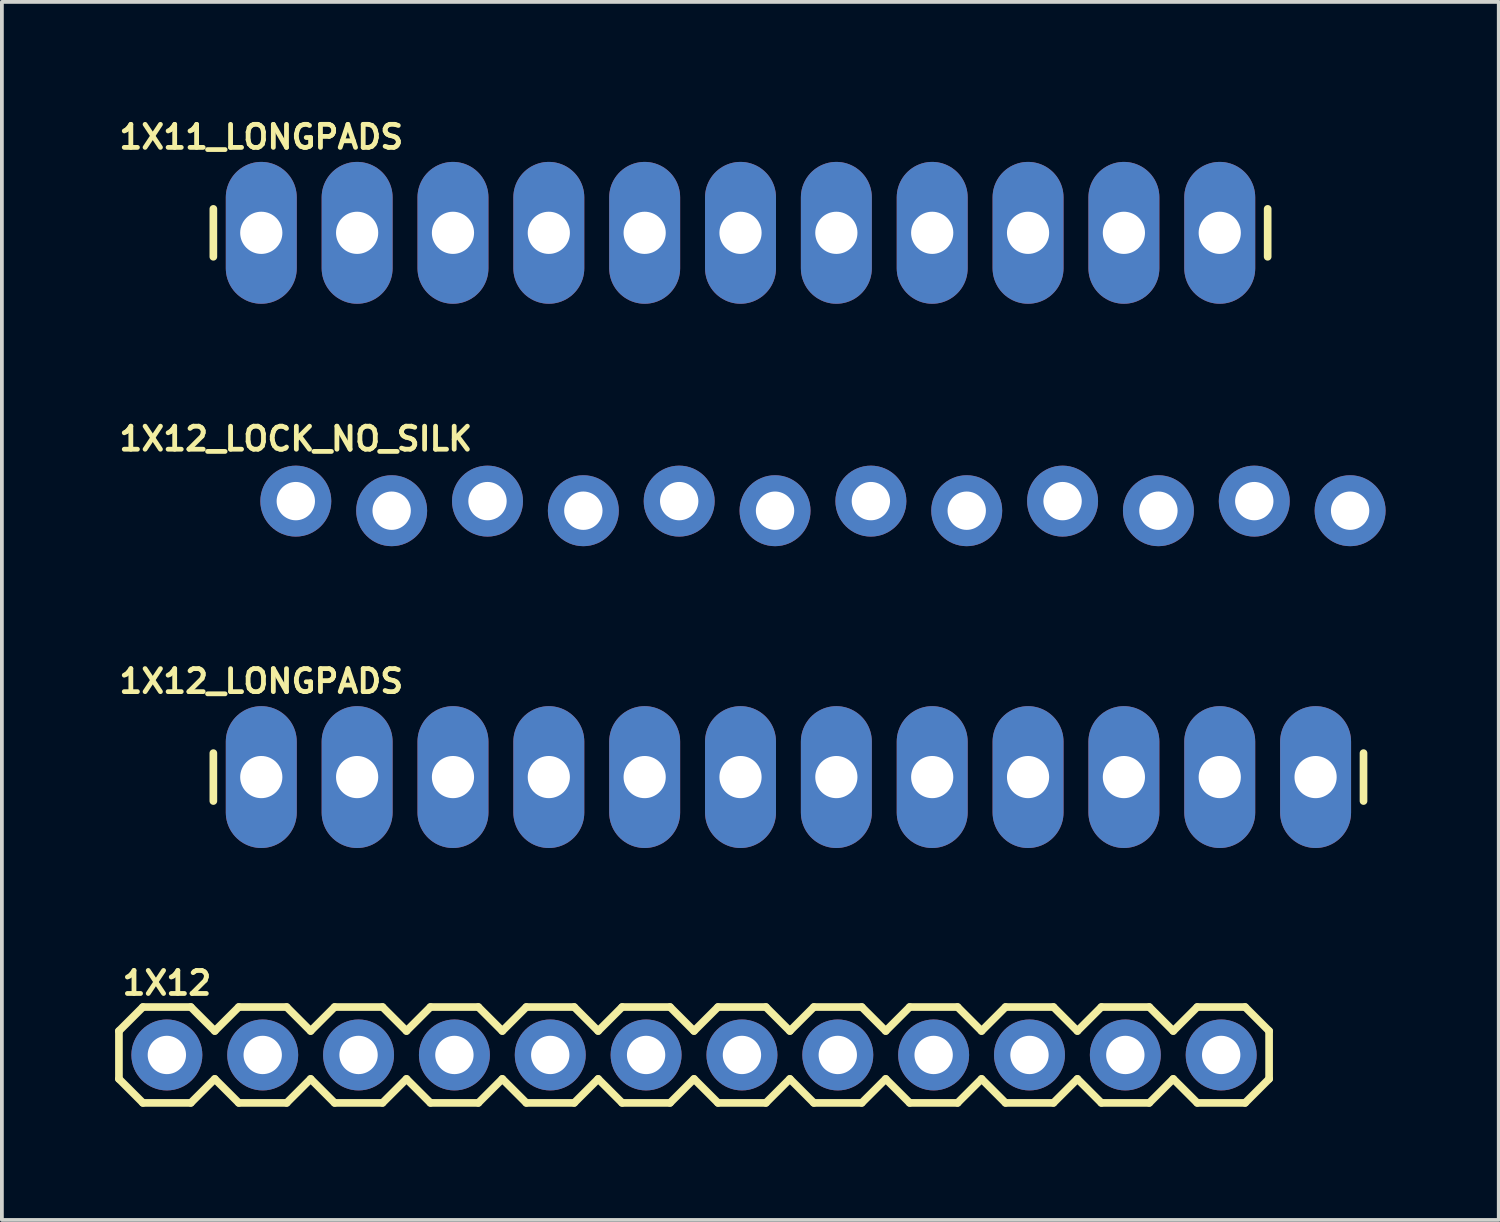
<source format=kicad_pcb>
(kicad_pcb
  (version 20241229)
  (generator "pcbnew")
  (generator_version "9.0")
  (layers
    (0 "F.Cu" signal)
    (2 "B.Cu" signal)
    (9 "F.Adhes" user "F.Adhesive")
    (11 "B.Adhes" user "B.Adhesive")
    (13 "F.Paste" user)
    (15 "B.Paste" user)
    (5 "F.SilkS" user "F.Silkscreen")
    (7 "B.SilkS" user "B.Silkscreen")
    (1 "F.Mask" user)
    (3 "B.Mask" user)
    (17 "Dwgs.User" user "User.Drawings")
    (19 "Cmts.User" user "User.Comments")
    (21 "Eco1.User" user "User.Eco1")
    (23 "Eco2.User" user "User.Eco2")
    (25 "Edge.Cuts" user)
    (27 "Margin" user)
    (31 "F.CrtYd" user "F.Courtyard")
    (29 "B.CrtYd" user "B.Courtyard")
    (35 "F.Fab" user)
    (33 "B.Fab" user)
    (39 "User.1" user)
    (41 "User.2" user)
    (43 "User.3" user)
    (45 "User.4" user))
  (footprint "1X12"
    (layer "F.Cu")
    (at 1.372 24.907)
    (property "Reference" "1X12" (at 0 -1.905 0) (layer "F.SilkS") (effects (font (size 0.61 0.61) (thickness 0.127))))
    (attr exclude_from_pos_files exclude_from_bom)
    (fp_line (start -1.27 -0.635) (end -1.27 0.635) (stroke (width 0.203) (type solid)) (layer "F.SilkS"))
    (fp_line (start -1.27 0.635) (end -0.635 1.27) (stroke (width 0.203) (type solid)) (layer "F.SilkS"))
    (fp_line (start -0.635 -1.27) (end -1.27 -0.635) (stroke (width 0.203) (type solid)) (layer "F.SilkS"))
    (fp_line (start -0.635 -1.27) (end 0.635 -1.27) (stroke (width 0.203) (type solid)) (layer "F.SilkS"))
    (fp_line (start 0.635 -1.27) (end 1.27 -0.635) (stroke (width 0.203) (type solid)) (layer "F.SilkS"))
    (fp_line (start 0.635 1.27) (end -0.635 1.27) (stroke (width 0.203) (type solid)) (layer "F.SilkS"))
    (fp_line (start 1.27 -0.635) (end 1.905 -1.27) (stroke (width 0.203) (type solid)) (layer "F.SilkS"))
    (fp_line (start 1.27 0.635) (end 0.635 1.27) (stroke (width 0.203) (type solid)) (layer "F.SilkS"))
    (fp_line (start 1.905 -1.27) (end 3.175 -1.27) (stroke (width 0.203) (type solid)) (layer "F.SilkS"))
    (fp_line (start 1.905 1.27) (end 1.27 0.635) (stroke (width 0.203) (type solid)) (layer "F.SilkS"))
    (fp_line (start 3.175 -1.27) (end 3.81 -0.635) (stroke (width 0.203) (type solid)) (layer "F.SilkS"))
    (fp_line (start 3.175 1.27) (end 1.905 1.27) (stroke (width 0.203) (type solid)) (layer "F.SilkS"))
    (fp_line (start 3.81 -0.635) (end 4.445 -1.27) (stroke (width 0.203) (type solid)) (layer "F.SilkS"))
    (fp_line (start 3.81 0.635) (end 3.175 1.27) (stroke (width 0.203) (type solid)) (layer "F.SilkS"))
    (fp_line (start 4.445 -1.27) (end 5.715 -1.27) (stroke (width 0.203) (type solid)) (layer "F.SilkS"))
    (fp_line (start 4.445 1.27) (end 3.81 0.635) (stroke (width 0.203) (type solid)) (layer "F.SilkS"))
    (fp_line (start 5.715 -1.27) (end 6.35 -0.635) (stroke (width 0.203) (type solid)) (layer "F.SilkS"))
    (fp_line (start 5.715 1.27) (end 4.445 1.27) (stroke (width 0.203) (type solid)) (layer "F.SilkS"))
    (fp_line (start 6.35 0.635) (end 5.715 1.27) (stroke (width 0.203) (type solid)) (layer "F.SilkS"))
    (fp_line (start 6.35 0.635) (end 6.985 1.27) (stroke (width 0.203) (type solid)) (layer "F.SilkS"))
    (fp_line (start 6.985 -1.27) (end 6.35 -0.635) (stroke (width 0.203) (type solid)) (layer "F.SilkS"))
    (fp_line (start 6.985 -1.27) (end 8.255 -1.27) (stroke (width 0.203) (type solid)) (layer "F.SilkS"))
    (fp_line (start 8.255 -1.27) (end 8.89 -0.635) (stroke (width 0.203) (type solid)) (layer "F.SilkS"))
    (fp_line (start 8.255 1.27) (end 6.985 1.27) (stroke (width 0.203) (type solid)) (layer "F.SilkS"))
    (fp_line (start 8.89 -0.635) (end 9.525 -1.27) (stroke (width 0.203) (type solid)) (layer "F.SilkS"))
    (fp_line (start 8.89 0.635) (end 8.255 1.27) (stroke (width 0.203) (type solid)) (layer "F.SilkS"))
    (fp_line (start 9.525 -1.27) (end 10.795 -1.27) (stroke (width 0.203) (type solid)) (layer "F.SilkS"))
    (fp_line (start 9.525 1.27) (end 8.89 0.635) (stroke (width 0.203) (type solid)) (layer "F.SilkS"))
    (fp_line (start 10.795 -1.27) (end 11.43 -0.635) (stroke (width 0.203) (type solid)) (layer "F.SilkS"))
    (fp_line (start 10.795 1.27) (end 9.525 1.27) (stroke (width 0.203) (type solid)) (layer "F.SilkS"))
    (fp_line (start 11.43 -0.635) (end 12.065 -1.27) (stroke (width 0.203) (type solid)) (layer "F.SilkS"))
    (fp_line (start 11.43 0.635) (end 10.795 1.27) (stroke (width 0.203) (type solid)) (layer "F.SilkS"))
    (fp_line (start 12.065 -1.27) (end 13.335 -1.27) (stroke (width 0.203) (type solid)) (layer "F.SilkS"))
    (fp_line (start 12.065 1.27) (end 11.43 0.635) (stroke (width 0.203) (type solid)) (layer "F.SilkS"))
    (fp_line (start 13.335 -1.27) (end 13.97 -0.635) (stroke (width 0.203) (type solid)) (layer "F.SilkS"))
    (fp_line (start 13.335 1.27) (end 12.065 1.27) (stroke (width 0.203) (type solid)) (layer "F.SilkS"))
    (fp_line (start 13.97 0.635) (end 13.335 1.27) (stroke (width 0.203) (type solid)) (layer "F.SilkS"))
    (fp_line (start 13.97 0.635) (end 14.605 1.27) (stroke (width 0.203) (type solid)) (layer "F.SilkS"))
    (fp_line (start 14.605 -1.27) (end 13.97 -0.635) (stroke (width 0.203) (type solid)) (layer "F.SilkS"))
    (fp_line (start 14.605 -1.27) (end 15.875 -1.27) (stroke (width 0.203) (type solid)) (layer "F.SilkS"))
    (fp_line (start 15.875 -1.27) (end 16.51 -0.635) (stroke (width 0.203) (type solid)) (layer "F.SilkS"))
    (fp_line (start 15.875 1.27) (end 14.605 1.27) (stroke (width 0.203) (type solid)) (layer "F.SilkS"))
    (fp_line (start 16.51 0.635) (end 15.875 1.27) (stroke (width 0.203) (type solid)) (layer "F.SilkS"))
    (fp_line (start 16.51 0.635) (end 17.145 1.27) (stroke (width 0.203) (type solid)) (layer "F.SilkS"))
    (fp_line (start 17.145 -1.27) (end 16.51 -0.635) (stroke (width 0.203) (type solid)) (layer "F.SilkS"))
    (fp_line (start 17.145 -1.27) (end 18.415 -1.27) (stroke (width 0.203) (type solid)) (layer "F.SilkS"))
    (fp_line (start 18.415 -1.27) (end 19.05 -0.635) (stroke (width 0.203) (type solid)) (layer "F.SilkS"))
    (fp_line (start 18.415 1.27) (end 17.145 1.27) (stroke (width 0.203) (type solid)) (layer "F.SilkS"))
    (fp_line (start 19.05 0.635) (end 18.415 1.27) (stroke (width 0.203) (type solid)) (layer "F.SilkS"))
    (fp_line (start 19.05 0.635) (end 19.685 1.27) (stroke (width 0.203) (type solid)) (layer "F.SilkS"))
    (fp_line (start 19.685 -1.27) (end 19.05 -0.635) (stroke (width 0.203) (type solid)) (layer "F.SilkS"))
    (fp_line (start 19.685 -1.27) (end 20.955 -1.27) (stroke (width 0.203) (type solid)) (layer "F.SilkS"))
    (fp_line (start 20.955 -1.27) (end 21.59 -0.635) (stroke (width 0.203) (type solid)) (layer "F.SilkS"))
    (fp_line (start 20.955 1.27) (end 19.685 1.27) (stroke (width 0.203) (type solid)) (layer "F.SilkS"))
    (fp_line (start 21.59 0.635) (end 20.955 1.27) (stroke (width 0.203) (type solid)) (layer "F.SilkS"))
    (fp_line (start 21.59 0.635) (end 22.225 1.27) (stroke (width 0.203) (type solid)) (layer "F.SilkS"))
    (fp_line (start 22.225 -1.27) (end 21.59 -0.635) (stroke (width 0.203) (type solid)) (layer "F.SilkS"))
    (fp_line (start 22.225 -1.27) (end 23.495 -1.27) (stroke (width 0.203) (type solid)) (layer "F.SilkS"))
    (fp_line (start 23.495 -1.27) (end 24.13 -0.635) (stroke (width 0.203) (type solid)) (layer "F.SilkS"))
    (fp_line (start 23.495 1.27) (end 22.225 1.27) (stroke (width 0.203) (type solid)) (layer "F.SilkS"))
    (fp_line (start 24.13 0.635) (end 23.495 1.27) (stroke (width 0.203) (type solid)) (layer "F.SilkS"))
    (fp_line (start 24.13 0.635) (end 24.765 1.27) (stroke (width 0.203) (type solid)) (layer "F.SilkS"))
    (fp_line (start 24.765 -1.27) (end 24.13 -0.635) (stroke (width 0.203) (type solid)) (layer "F.SilkS"))
    (fp_line (start 24.765 -1.27) (end 26.035 -1.27) (stroke (width 0.203) (type solid)) (layer "F.SilkS"))
    (fp_line (start 26.035 -1.27) (end 26.67 -0.635) (stroke (width 0.203) (type solid)) (layer "F.SilkS"))
    (fp_line (start 26.035 1.27) (end 24.765 1.27) (stroke (width 0.203) (type solid)) (layer "F.SilkS"))
    (fp_line (start 26.67 0.635) (end 26.035 1.27) (stroke (width 0.203) (type solid)) (layer "F.SilkS"))
    (fp_line (start 26.67 0.635) (end 27.305 1.27) (stroke (width 0.203) (type solid)) (layer "F.SilkS"))
    (fp_line (start 27.305 -1.27) (end 26.67 -0.635) (stroke (width 0.203) (type solid)) (layer "F.SilkS"))
    (fp_line (start 27.305 -1.27) (end 28.575 -1.27) (stroke (width 0.203) (type solid)) (layer "F.SilkS"))
    (fp_line (start 28.575 -1.27) (end 29.21 -0.635) (stroke (width 0.203) (type solid)) (layer "F.SilkS"))
    (fp_line (start 28.575 1.27) (end 27.305 1.27) (stroke (width 0.203) (type solid)) (layer "F.SilkS"))
    (fp_line (start 29.21 -0.635) (end 29.21 0.635) (stroke (width 0.203) (type solid)) (layer "F.SilkS"))
    (fp_line (start 29.21 0.635) (end 28.575 1.27) (stroke (width 0.203) (type solid)) (layer "F.SilkS"))
    (fp_line (start -0.254 -0.254) (end 0.254 -0.254) (stroke (width 0.066) (type solid)) (layer "Dwgs.User"))
    (fp_line (start -0.254 0.254) (end -0.254 -0.254) (stroke (width 0.066) (type solid)) (layer "Dwgs.User"))
    (fp_line (start -0.254 0.254) (end 0.254 0.254) (stroke (width 0.066) (type solid)) (layer "Dwgs.User"))
    (fp_line (start 0.254 0.254) (end 0.254 -0.254) (stroke (width 0.066) (type solid)) (layer "Dwgs.User"))
    (fp_line (start 2.286 -0.254) (end 2.794 -0.254) (stroke (width 0.066) (type solid)) (layer "Dwgs.User"))
    (fp_line (start 2.286 0.254) (end 2.286 -0.254) (stroke (width 0.066) (type solid)) (layer "Dwgs.User"))
    (fp_line (start 2.286 0.254) (end 2.794 0.254) (stroke (width 0.066) (type solid)) (layer "Dwgs.User"))
    (fp_line (start 2.794 0.254) (end 2.794 -0.254) (stroke (width 0.066) (type solid)) (layer "Dwgs.User"))
    (fp_line (start 4.826 -0.254) (end 5.334 -0.254) (stroke (width 0.066) (type solid)) (layer "Dwgs.User"))
    (fp_line (start 4.826 0.254) (end 4.826 -0.254) (stroke (width 0.066) (type solid)) (layer "Dwgs.User"))
    (fp_line (start 4.826 0.254) (end 5.334 0.254) (stroke (width 0.066) (type solid)) (layer "Dwgs.User"))
    (fp_line (start 5.334 0.254) (end 5.334 -0.254) (stroke (width 0.066) (type solid)) (layer "Dwgs.User"))
    (fp_line (start 7.366 -0.254) (end 7.874 -0.254) (stroke (width 0.066) (type solid)) (layer "Dwgs.User"))
    (fp_line (start 7.366 0.254) (end 7.366 -0.254) (stroke (width 0.066) (type solid)) (layer "Dwgs.User"))
    (fp_line (start 7.366 0.254) (end 7.874 0.254) (stroke (width 0.066) (type solid)) (layer "Dwgs.User"))
    (fp_line (start 7.874 0.254) (end 7.874 -0.254) (stroke (width 0.066) (type solid)) (layer "Dwgs.User"))
    (fp_line (start 9.906 -0.254) (end 10.414 -0.254) (stroke (width 0.066) (type solid)) (layer "Dwgs.User"))
    (fp_line (start 9.906 0.254) (end 9.906 -0.254) (stroke (width 0.066) (type solid)) (layer "Dwgs.User"))
    (fp_line (start 9.906 0.254) (end 10.414 0.254) (stroke (width 0.066) (type solid)) (layer "Dwgs.User"))
    (fp_line (start 10.414 0.254) (end 10.414 -0.254) (stroke (width 0.066) (type solid)) (layer "Dwgs.User"))
    (fp_line (start 12.446 -0.254) (end 12.954 -0.254) (stroke (width 0.066) (type solid)) (layer "Dwgs.User"))
    (fp_line (start 12.446 0.254) (end 12.446 -0.254) (stroke (width 0.066) (type solid)) (layer "Dwgs.User"))
    (fp_line (start 12.446 0.254) (end 12.954 0.254) (stroke (width 0.066) (type solid)) (layer "Dwgs.User"))
    (fp_line (start 12.954 0.254) (end 12.954 -0.254) (stroke (width 0.066) (type solid)) (layer "Dwgs.User"))
    (fp_line (start 14.986 -0.254) (end 15.494 -0.254) (stroke (width 0.066) (type solid)) (layer "Dwgs.User"))
    (fp_line (start 14.986 0.254) (end 14.986 -0.254) (stroke (width 0.066) (type solid)) (layer "Dwgs.User"))
    (fp_line (start 14.986 0.254) (end 15.494 0.254) (stroke (width 0.066) (type solid)) (layer "Dwgs.User"))
    (fp_line (start 15.494 0.254) (end 15.494 -0.254) (stroke (width 0.066) (type solid)) (layer "Dwgs.User"))
    (fp_line (start 17.523 -0.254) (end 18.034 -0.254) (stroke (width 0.066) (type solid)) (layer "Dwgs.User"))
    (fp_line (start 17.523 0.254) (end 17.523 -0.254) (stroke (width 0.066) (type solid)) (layer "Dwgs.User"))
    (fp_line (start 17.523 0.254) (end 18.034 0.254) (stroke (width 0.066) (type solid)) (layer "Dwgs.User"))
    (fp_line (start 18.034 0.254) (end 18.034 -0.254) (stroke (width 0.066) (type solid)) (layer "Dwgs.User"))
    (fp_line (start 20.066 -0.254) (end 20.574 -0.254) (stroke (width 0.066) (type solid)) (layer "Dwgs.User"))
    (fp_line (start 20.066 0.254) (end 20.066 -0.254) (stroke (width 0.066) (type solid)) (layer "Dwgs.User"))
    (fp_line (start 20.066 0.254) (end 20.574 0.254) (stroke (width 0.066) (type solid)) (layer "Dwgs.User"))
    (fp_line (start 20.574 0.254) (end 20.574 -0.254) (stroke (width 0.066) (type solid)) (layer "Dwgs.User"))
    (fp_line (start 22.606 -0.254) (end 23.114 -0.254) (stroke (width 0.066) (type solid)) (layer "Dwgs.User"))
    (fp_line (start 22.606 0.254) (end 22.606 -0.254) (stroke (width 0.066) (type solid)) (layer "Dwgs.User"))
    (fp_line (start 22.606 0.254) (end 23.114 0.254) (stroke (width 0.066) (type solid)) (layer "Dwgs.User"))
    (fp_line (start 23.114 0.254) (end 23.114 -0.254) (stroke (width 0.066) (type solid)) (layer "Dwgs.User"))
    (fp_line (start 25.146 -0.254) (end 25.654 -0.254) (stroke (width 0.066) (type solid)) (layer "Dwgs.User"))
    (fp_line (start 25.146 0.254) (end 25.146 -0.254) (stroke (width 0.066) (type solid)) (layer "Dwgs.User"))
    (fp_line (start 25.146 0.254) (end 25.654 0.254) (stroke (width 0.066) (type solid)) (layer "Dwgs.User"))
    (fp_line (start 25.654 0.254) (end 25.654 -0.254) (stroke (width 0.066) (type solid)) (layer "Dwgs.User"))
    (fp_line (start 27.686 -0.254) (end 28.194 -0.254) (stroke (width 0.066) (type solid)) (layer "Dwgs.User"))
    (fp_line (start 27.686 0.254) (end 27.686 -0.254) (stroke (width 0.066) (type solid)) (layer "Dwgs.User"))
    (fp_line (start 27.686 0.254) (end 28.194 0.254) (stroke (width 0.066) (type solid)) (layer "Dwgs.User"))
    (fp_line (start 28.194 0.254) (end 28.194 -0.254) (stroke (width 0.066) (type solid)) (layer "Dwgs.User"))
    (pad "1" thru_hole circle (at 0 0) (size 1.88 1.88) (drill 1.016) (layers "*.Cu" "*.Mask"))
    (pad "2" thru_hole circle (at 2.54 0) (size 1.88 1.88) (drill 1.016) (layers "*.Cu" "*.Mask"))
    (pad "3" thru_hole circle (at 5.08 0) (size 1.88 1.88) (drill 1.016) (layers "*.Cu" "*.Mask"))
    (pad "4" thru_hole circle (at 7.62 0) (size 1.88 1.88) (drill 1.016) (layers "*.Cu" "*.Mask"))
    (pad "5" thru_hole circle (at 10.16 0) (size 1.88 1.88) (drill 1.016) (layers "*.Cu" "*.Mask"))
    (pad "6" thru_hole circle (at 12.7 0) (size 1.88 1.88) (drill 1.016) (layers "*.Cu" "*.Mask"))
    (pad "7" thru_hole circle (at 15.24 0) (size 1.88 1.88) (drill 1.016) (layers "*.Cu" "*.Mask"))
    (pad "8" thru_hole circle (at 17.78 0) (size 1.88 1.88) (drill 1.016) (layers "*.Cu" "*.Mask"))
    (pad "9" thru_hole circle (at 20.32 0) (size 1.88 1.88) (drill 1.016) (layers "*.Cu" "*.Mask"))
    (pad "10" thru_hole circle (at 22.86 0) (size 1.88 1.88) (drill 1.016) (layers "*.Cu" "*.Mask"))
    (pad "11" thru_hole circle (at 25.4 0) (size 1.88 1.88) (drill 1.016) (layers "*.Cu" "*.Mask"))
    (pad "12" thru_hole circle (at 27.94 0) (size 1.88 1.88) (drill 1.016) (layers "*.Cu" "*.Mask")))
  (footprint "1X12_LOCK_NO_SILK"
    (layer "F.Cu")
    (at 4.789 10.357)
    (property "Reference" "1X12_LOCK_NO_SILK" (at 0 -1.778 0) (layer "F.SilkS") (effects (font (size 0.61 0.61) (thickness 0.127))))
    (attr exclude_from_pos_files exclude_from_bom)
    (pad "1" thru_hole circle (at 0 -0.127) (size 1.88 1.88) (drill 1.016) (layers "*.Cu" "*.Mask"))
    (pad "2" thru_hole circle (at 2.54 0.127) (size 1.88 1.88) (drill 1.016) (layers "*.Cu" "*.Mask"))
    (pad "3" thru_hole circle (at 5.08 -0.127) (size 1.88 1.88) (drill 1.016) (layers "*.Cu" "*.Mask"))
    (pad "4" thru_hole circle (at 7.62 0.127) (size 1.88 1.88) (drill 1.016) (layers "*.Cu" "*.Mask"))
    (pad "5" thru_hole circle (at 10.16 -0.127) (size 1.88 1.88) (drill 1.016) (layers "*.Cu" "*.Mask"))
    (pad "6" thru_hole circle (at 12.7 0.127) (size 1.88 1.88) (drill 1.016) (layers "*.Cu" "*.Mask"))
    (pad "7" thru_hole circle (at 15.24 -0.127) (size 1.88 1.88) (drill 1.016) (layers "*.Cu" "*.Mask"))
    (pad "8" thru_hole circle (at 17.78 0.127) (size 1.88 1.88) (drill 1.016) (layers "*.Cu" "*.Mask"))
    (pad "9" thru_hole circle (at 20.32 -0.127) (size 1.88 1.88) (drill 1.016) (layers "*.Cu" "*.Mask"))
    (pad "10" thru_hole circle (at 22.86 0.127) (size 1.88 1.88) (drill 1.016) (layers "*.Cu" "*.Mask"))
    (pad "11" thru_hole circle (at 25.4 -0.127) (size 1.88 1.88) (drill 1.016) (layers "*.Cu" "*.Mask"))
    (pad "12" thru_hole circle (at 27.94 0.127) (size 1.88 1.88) (drill 1.016) (layers "*.Cu" "*.Mask")))
  (footprint "1X11_LONGPADS"
    (layer "F.Cu")
    (at 3.874 3.12)
    (property "Reference" "1X11_LONGPADS" (at 0 -2.54 0) (layer "F.SilkS") (effects (font (size 0.61 0.61) (thickness 0.127))))
    (attr exclude_from_pos_files exclude_from_bom)
    (fp_line (start -1.27 -0.635) (end -1.27 0.635) (stroke (width 0.203) (type solid)) (layer "F.SilkS"))
    (fp_line (start 26.67 -0.635) (end 26.67 0.635) (stroke (width 0.203) (type solid)) (layer "F.SilkS"))
    (pad "1" thru_hole oval (at 0 0 180) (size 1.88 3.759) (drill 1.118) (layers "*.Cu" "*.Mask"))
    (pad "2" thru_hole oval (at 2.54 0 180) (size 1.88 3.759) (drill 1.118) (layers "*.Cu" "*.Mask"))
    (pad "3" thru_hole oval (at 5.08 0 180) (size 1.88 3.759) (drill 1.118) (layers "*.Cu" "*.Mask"))
    (pad "4" thru_hole oval (at 7.62 0 180) (size 1.88 3.759) (drill 1.118) (layers "*.Cu" "*.Mask"))
    (pad "5" thru_hole oval (at 10.16 0 180) (size 1.88 3.759) (drill 1.118) (layers "*.Cu" "*.Mask"))
    (pad "6" thru_hole oval (at 12.7 0 180) (size 1.88 3.759) (drill 1.118) (layers "*.Cu" "*.Mask"))
    (pad "7" thru_hole oval (at 15.24 0 180) (size 1.88 3.759) (drill 1.118) (layers "*.Cu" "*.Mask"))
    (pad "8" thru_hole oval (at 17.78 0 180) (size 1.88 3.759) (drill 1.118) (layers "*.Cu" "*.Mask"))
    (pad "9" thru_hole oval (at 20.32 0 180) (size 1.88 3.759) (drill 1.118) (layers "*.Cu" "*.Mask"))
    (pad "10" thru_hole oval (at 22.86 0 180) (size 1.88 3.759) (drill 1.118) (layers "*.Cu" "*.Mask"))
    (pad "11" thru_hole oval (at 25.4 0 180) (size 1.88 3.759) (drill 1.118) (layers "*.Cu" "*.Mask")))
  (footprint "1X12_LONGPADS"
    (layer "F.Cu")
    (at 3.874 17.543)
    (property "Reference" "1X12_LONGPADS" (at 0 -2.54 0) (layer "F.SilkS") (effects (font (size 0.61 0.61) (thickness 0.127))))
    (attr exclude_from_pos_files exclude_from_bom)
    (fp_line (start -1.27 -0.635) (end -1.27 0.635) (stroke (width 0.203) (type solid)) (layer "F.SilkS"))
    (fp_line (start 29.21 -0.635) (end 29.21 0.635) (stroke (width 0.203) (type solid)) (layer "F.SilkS"))
    (pad "1" thru_hole oval (at 0 0 180) (size 1.88 3.759) (drill 1.118) (layers "*.Cu" "*.Mask"))
    (pad "2" thru_hole oval (at 2.54 0 180) (size 1.88 3.759) (drill 1.118) (layers "*.Cu" "*.Mask"))
    (pad "3" thru_hole oval (at 5.08 0 180) (size 1.88 3.759) (drill 1.118) (layers "*.Cu" "*.Mask"))
    (pad "4" thru_hole oval (at 7.62 0 180) (size 1.88 3.759) (drill 1.118) (layers "*.Cu" "*.Mask"))
    (pad "5" thru_hole oval (at 10.16 0 180) (size 1.88 3.759) (drill 1.118) (layers "*.Cu" "*.Mask"))
    (pad "6" thru_hole oval (at 12.7 0 180) (size 1.88 3.759) (drill 1.118) (layers "*.Cu" "*.Mask"))
    (pad "7" thru_hole oval (at 15.24 0 180) (size 1.88 3.759) (drill 1.118) (layers "*.Cu" "*.Mask"))
    (pad "8" thru_hole oval (at 17.78 0 180) (size 1.88 3.759) (drill 1.118) (layers "*.Cu" "*.Mask"))
    (pad "9" thru_hole oval (at 20.32 0 180) (size 1.88 3.759) (drill 1.118) (layers "*.Cu" "*.Mask"))
    (pad "10" thru_hole oval (at 22.86 0 180) (size 1.88 3.759) (drill 1.118) (layers "*.Cu" "*.Mask"))
    (pad "11" thru_hole oval (at 25.4 0 180) (size 1.88 3.759) (drill 1.118) (layers "*.Cu" "*.Mask"))
    (pad "12" thru_hole oval (at 27.94 0 180) (size 1.88 3.759) (drill 1.118) (layers "*.Cu" "*.Mask")))
  (gr_rect
    (start -3 -3)
    (end 36.668 29.279)
    (stroke (width 0.1) (type default))
    (fill no)
    (layer "Edge.Cuts")))
</source>
